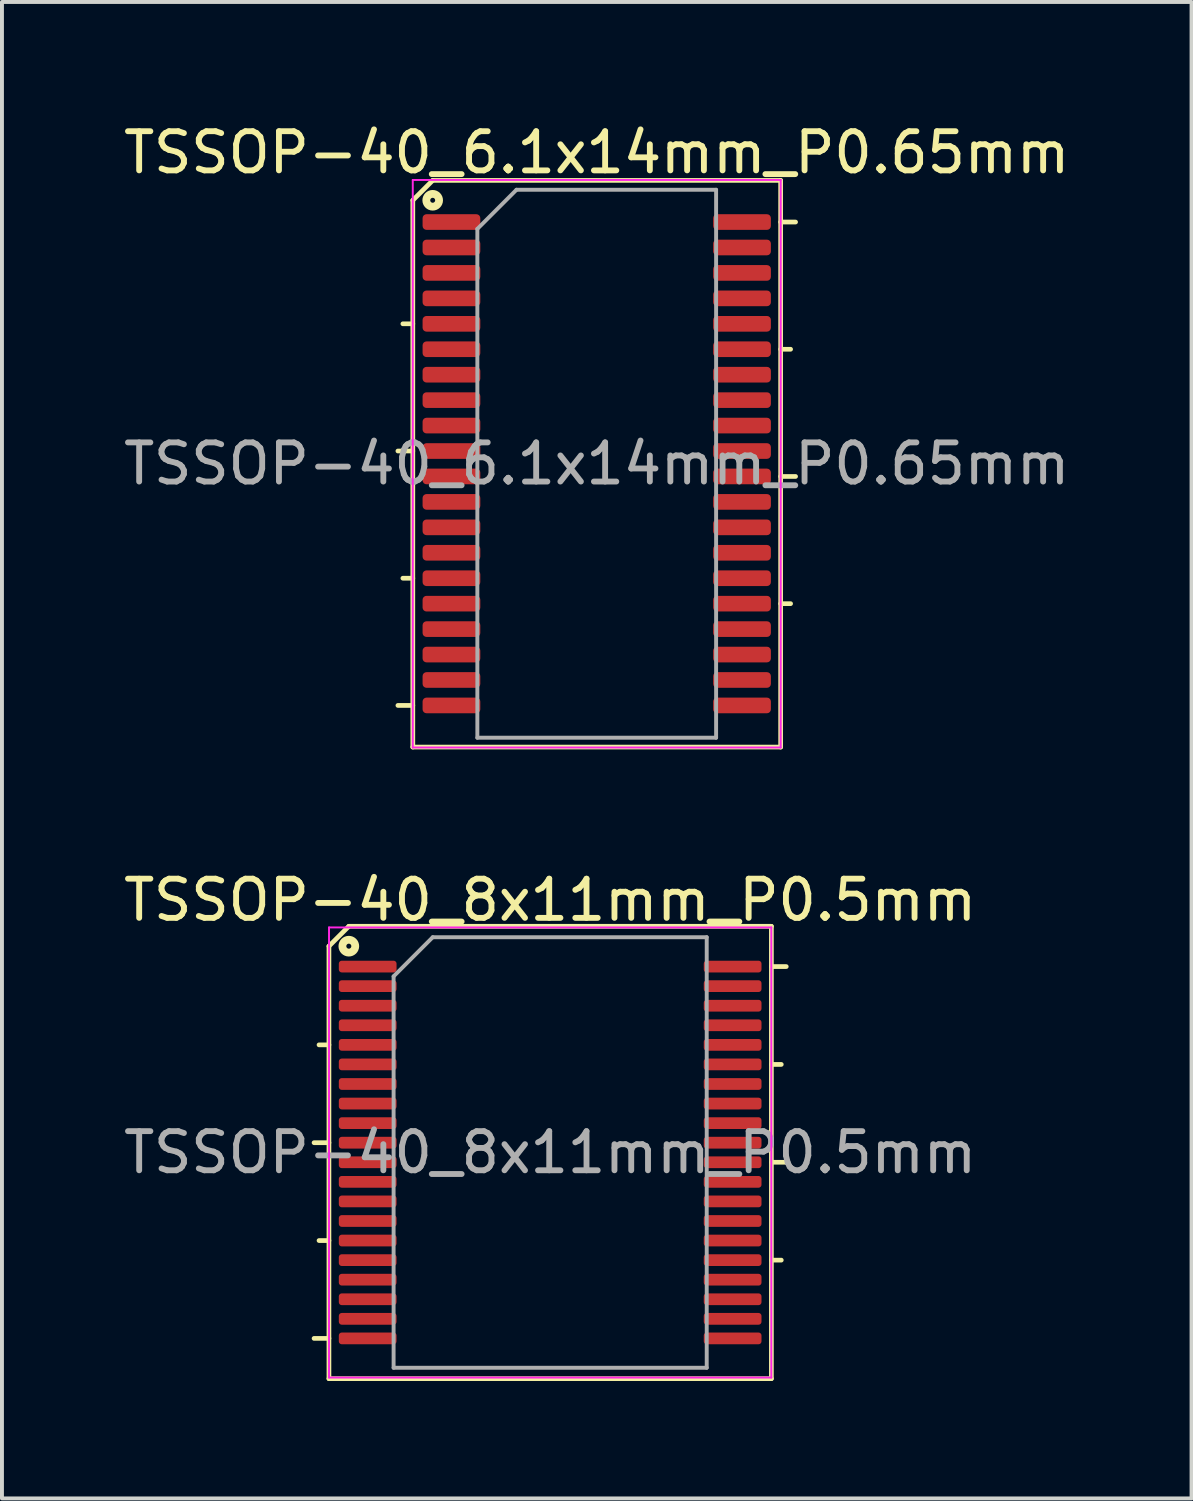
<source format=kicad_pcb>
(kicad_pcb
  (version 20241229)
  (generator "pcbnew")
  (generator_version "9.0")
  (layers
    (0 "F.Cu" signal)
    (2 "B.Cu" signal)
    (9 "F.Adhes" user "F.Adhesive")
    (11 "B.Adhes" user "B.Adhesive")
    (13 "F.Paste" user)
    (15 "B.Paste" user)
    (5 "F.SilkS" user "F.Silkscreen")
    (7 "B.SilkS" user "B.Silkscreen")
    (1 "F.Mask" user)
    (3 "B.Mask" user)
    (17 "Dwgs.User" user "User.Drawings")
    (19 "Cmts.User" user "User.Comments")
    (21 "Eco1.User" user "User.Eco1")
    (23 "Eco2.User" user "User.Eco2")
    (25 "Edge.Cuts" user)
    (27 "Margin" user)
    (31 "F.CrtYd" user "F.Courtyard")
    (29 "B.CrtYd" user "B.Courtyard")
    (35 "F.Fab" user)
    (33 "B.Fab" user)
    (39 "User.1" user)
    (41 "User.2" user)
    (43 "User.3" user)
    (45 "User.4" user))
  (footprint "TSSOP-40_6.1x14mm_P0.65mm"
    (layer "F.Cu")
    (at 12.196 8.798)
    (property "Reference" "TSSOP-40_6.1x14mm_P0.65mm" (at 0 -7.95 0) (layer "F.SilkS") (effects (font (size 1 1) (thickness 0.15))))
    (attr smd)
    (fp_line (start -4.699 -6.731) (end -4.699 7.239) (stroke (width 0.12) (type solid)) (layer "F.SilkS"))
    (fp_line (start -4.699 -6.731) (end -4.191 -7.239) (stroke (width 0.12) (type solid)) (layer "F.SilkS"))
    (fp_line (start -4.699 -3.575) (end -4.953 -3.575) (stroke (width 0.12) (type solid)) (layer "F.SilkS"))
    (fp_line (start -4.699 -0.325) (end -5.08 -0.325) (stroke (width 0.12) (type solid)) (layer "F.SilkS"))
    (fp_line (start -4.699 2.925) (end -4.953 2.925) (stroke (width 0.12) (type solid)) (layer "F.SilkS"))
    (fp_line (start -4.699 6.175) (end -5.08 6.175) (stroke (width 0.12) (type solid)) (layer "F.SilkS"))
    (fp_line (start -4.699 7.239) (end 4.699 7.239) (stroke (width 0.12) (type solid)) (layer "F.SilkS"))
    (fp_line (start 4.699 -7.239) (end -4.191 -7.239) (stroke (width 0.12) (type solid)) (layer "F.SilkS"))
    (fp_line (start 4.699 -6.175) (end 5.08 -6.175) (stroke (width 0.12) (type solid)) (layer "F.SilkS"))
    (fp_line (start 4.699 -2.925) (end 4.953 -2.925) (stroke (width 0.12) (type solid)) (layer "F.SilkS"))
    (fp_line (start 4.699 0.325) (end 5.08 0.325) (stroke (width 0.12) (type solid)) (layer "F.SilkS"))
    (fp_line (start 4.699 3.575) (end 4.953 3.575) (stroke (width 0.12) (type solid)) (layer "F.SilkS"))
    (fp_line (start 4.699 7.239) (end 4.699 -7.239) (stroke (width 0.12) (type solid)) (layer "F.SilkS"))
    (fp_circle (center -4.191 -6.731) (end -4.128 -6.731) (stroke (width 0.2) (type solid)) (fill no) (layer "F.SilkS"))
    (fp_line (start -4.7 -7.25) (end -4.7 7.25) (stroke (width 0.05) (type solid)) (layer "F.CrtYd"))
    (fp_line (start -4.7 7.25) (end 4.7 7.25) (stroke (width 0.05) (type solid)) (layer "F.CrtYd"))
    (fp_line (start 4.7 -7.25) (end -4.7 -7.25) (stroke (width 0.05) (type solid)) (layer "F.CrtYd"))
    (fp_line (start 4.7 7.25) (end 4.7 -7.25) (stroke (width 0.05) (type solid)) (layer "F.CrtYd"))
    (fp_line (start -3.05 -6) (end -2.05 -7) (stroke (width 0.1) (type solid)) (layer "F.Fab"))
    (fp_line (start -3.05 7) (end -3.05 -6) (stroke (width 0.1) (type solid)) (layer "F.Fab"))
    (fp_line (start -2.05 -7) (end 3.05 -7) (stroke (width 0.1) (type solid)) (layer "F.Fab"))
    (fp_line (start 3.05 -7) (end 3.05 7) (stroke (width 0.1) (type solid)) (layer "F.Fab"))
    (fp_line (start 3.05 7) (end -3.05 7) (stroke (width 0.1) (type solid)) (layer "F.Fab"))
    (fp_text user "${REFERENCE}" (at 0 0 0) (layer "F.Fab") (effects (font (size 1 1) (thickness 0.15))))
    (pad "1" smd roundrect (at -3.712 -6.175) (size 1.475 0.4) (layers "F.Cu" "F.Mask" "F.Paste") (roundrect_rratio 0.25))
    (pad "2" smd roundrect (at -3.712 -5.525) (size 1.475 0.4) (layers "F.Cu" "F.Mask" "F.Paste") (roundrect_rratio 0.25))
    (pad "3" smd roundrect (at -3.712 -4.875) (size 1.475 0.4) (layers "F.Cu" "F.Mask" "F.Paste") (roundrect_rratio 0.25))
    (pad "4" smd roundrect (at -3.712 -4.225) (size 1.475 0.4) (layers "F.Cu" "F.Mask" "F.Paste") (roundrect_rratio 0.25))
    (pad "5" smd roundrect (at -3.712 -3.575) (size 1.475 0.4) (layers "F.Cu" "F.Mask" "F.Paste") (roundrect_rratio 0.25))
    (pad "6" smd roundrect (at -3.712 -2.925) (size 1.475 0.4) (layers "F.Cu" "F.Mask" "F.Paste") (roundrect_rratio 0.25))
    (pad "7" smd roundrect (at -3.712 -2.275) (size 1.475 0.4) (layers "F.Cu" "F.Mask" "F.Paste") (roundrect_rratio 0.25))
    (pad "8" smd roundrect (at -3.712 -1.625) (size 1.475 0.4) (layers "F.Cu" "F.Mask" "F.Paste") (roundrect_rratio 0.25))
    (pad "9" smd roundrect (at -3.712 -0.975) (size 1.475 0.4) (layers "F.Cu" "F.Mask" "F.Paste") (roundrect_rratio 0.25))
    (pad "10" smd roundrect (at -3.712 -0.325) (size 1.475 0.4) (layers "F.Cu" "F.Mask" "F.Paste") (roundrect_rratio 0.25))
    (pad "11" smd roundrect (at -3.712 0.325) (size 1.475 0.4) (layers "F.Cu" "F.Mask" "F.Paste") (roundrect_rratio 0.25))
    (pad "12" smd roundrect (at -3.712 0.975) (size 1.475 0.4) (layers "F.Cu" "F.Mask" "F.Paste") (roundrect_rratio 0.25))
    (pad "13" smd roundrect (at -3.712 1.625) (size 1.475 0.4) (layers "F.Cu" "F.Mask" "F.Paste") (roundrect_rratio 0.25))
    (pad "14" smd roundrect (at -3.712 2.275) (size 1.475 0.4) (layers "F.Cu" "F.Mask" "F.Paste") (roundrect_rratio 0.25))
    (pad "15" smd roundrect (at -3.712 2.925) (size 1.475 0.4) (layers "F.Cu" "F.Mask" "F.Paste") (roundrect_rratio 0.25))
    (pad "16" smd roundrect (at -3.712 3.575) (size 1.475 0.4) (layers "F.Cu" "F.Mask" "F.Paste") (roundrect_rratio 0.25))
    (pad "17" smd roundrect (at -3.712 4.225) (size 1.475 0.4) (layers "F.Cu" "F.Mask" "F.Paste") (roundrect_rratio 0.25))
    (pad "18" smd roundrect (at -3.712 4.875) (size 1.475 0.4) (layers "F.Cu" "F.Mask" "F.Paste") (roundrect_rratio 0.25))
    (pad "19" smd roundrect (at -3.712 5.525) (size 1.475 0.4) (layers "F.Cu" "F.Mask" "F.Paste") (roundrect_rratio 0.25))
    (pad "20" smd roundrect (at -3.712 6.175) (size 1.475 0.4) (layers "F.Cu" "F.Mask" "F.Paste") (roundrect_rratio 0.25))
    (pad "21" smd roundrect (at 3.712 6.175) (size 1.475 0.4) (layers "F.Cu" "F.Mask" "F.Paste") (roundrect_rratio 0.25))
    (pad "22" smd roundrect (at 3.712 5.525) (size 1.475 0.4) (layers "F.Cu" "F.Mask" "F.Paste") (roundrect_rratio 0.25))
    (pad "23" smd roundrect (at 3.712 4.875) (size 1.475 0.4) (layers "F.Cu" "F.Mask" "F.Paste") (roundrect_rratio 0.25))
    (pad "24" smd roundrect (at 3.712 4.225) (size 1.475 0.4) (layers "F.Cu" "F.Mask" "F.Paste") (roundrect_rratio 0.25))
    (pad "25" smd roundrect (at 3.712 3.575) (size 1.475 0.4) (layers "F.Cu" "F.Mask" "F.Paste") (roundrect_rratio 0.25))
    (pad "26" smd roundrect (at 3.712 2.925) (size 1.475 0.4) (layers "F.Cu" "F.Mask" "F.Paste") (roundrect_rratio 0.25))
    (pad "27" smd roundrect (at 3.712 2.275) (size 1.475 0.4) (layers "F.Cu" "F.Mask" "F.Paste") (roundrect_rratio 0.25))
    (pad "28" smd roundrect (at 3.712 1.625) (size 1.475 0.4) (layers "F.Cu" "F.Mask" "F.Paste") (roundrect_rratio 0.25))
    (pad "29" smd roundrect (at 3.712 0.975) (size 1.475 0.4) (layers "F.Cu" "F.Mask" "F.Paste") (roundrect_rratio 0.25))
    (pad "30" smd roundrect (at 3.712 0.325) (size 1.475 0.4) (layers "F.Cu" "F.Mask" "F.Paste") (roundrect_rratio 0.25))
    (pad "31" smd roundrect (at 3.712 -0.325) (size 1.475 0.4) (layers "F.Cu" "F.Mask" "F.Paste") (roundrect_rratio 0.25))
    (pad "32" smd roundrect (at 3.712 -0.975) (size 1.475 0.4) (layers "F.Cu" "F.Mask" "F.Paste") (roundrect_rratio 0.25))
    (pad "33" smd roundrect (at 3.712 -1.625) (size 1.475 0.4) (layers "F.Cu" "F.Mask" "F.Paste") (roundrect_rratio 0.25))
    (pad "34" smd roundrect (at 3.712 -2.275) (size 1.475 0.4) (layers "F.Cu" "F.Mask" "F.Paste") (roundrect_rratio 0.25))
    (pad "35" smd roundrect (at 3.712 -2.925) (size 1.475 0.4) (layers "F.Cu" "F.Mask" "F.Paste") (roundrect_rratio 0.25))
    (pad "36" smd roundrect (at 3.712 -3.575) (size 1.475 0.4) (layers "F.Cu" "F.Mask" "F.Paste") (roundrect_rratio 0.25))
    (pad "37" smd roundrect (at 3.712 -4.225) (size 1.475 0.4) (layers "F.Cu" "F.Mask" "F.Paste") (roundrect_rratio 0.25))
    (pad "38" smd roundrect (at 3.712 -4.875) (size 1.475 0.4) (layers "F.Cu" "F.Mask" "F.Paste") (roundrect_rratio 0.25))
    (pad "39" smd roundrect (at 3.712 -5.525) (size 1.475 0.4) (layers "F.Cu" "F.Mask" "F.Paste") (roundrect_rratio 0.25))
    (pad "40" smd roundrect (at 3.712 -6.175) (size 1.475 0.4) (layers "F.Cu" "F.Mask" "F.Paste") (roundrect_rratio 0.25)))
  (footprint "TSSOP-40_8x11mm_P0.5mm"
    (layer "F.Cu")
    (at 11.006 26.395)
    (property "Reference" "TSSOP-40_8x11mm_P0.5mm" (at 0 -6.45 0) (layer "F.SilkS") (effects (font (size 1 1) (thickness 0.15))))
    (attr smd)
    (fp_line (start -6.032 -0.25) (end -5.652 -0.25) (stroke (width 0.12) (type solid)) (layer "F.SilkS"))
    (fp_line (start -6.032 4.75) (end -5.652 4.75) (stroke (width 0.12) (type solid)) (layer "F.SilkS"))
    (fp_line (start -5.905 2.25) (end -5.652 2.25) (stroke (width 0.12) (type solid)) (layer "F.SilkS"))
    (fp_line (start -5.652 -5.271) (end -5.652 5.779) (stroke (width 0.12) (type solid)) (layer "F.SilkS"))
    (fp_line (start -5.652 -5.271) (end -5.144 -5.779) (stroke (width 0.12) (type solid)) (layer "F.SilkS"))
    (fp_line (start -5.652 -2.75) (end -5.905 -2.75) (stroke (width 0.12) (type solid)) (layer "F.SilkS"))
    (fp_line (start -5.652 5.779) (end 5.652 5.779) (stroke (width 0.12) (type solid)) (layer "F.SilkS"))
    (fp_line (start 5.652 -5.779) (end -5.144 -5.779) (stroke (width 0.12) (type solid)) (layer "F.SilkS"))
    (fp_line (start 5.652 -4.75) (end 6.032 -4.75) (stroke (width 0.12) (type solid)) (layer "F.SilkS"))
    (fp_line (start 5.652 -2.25) (end 5.905 -2.25) (stroke (width 0.12) (type solid)) (layer "F.SilkS"))
    (fp_line (start 5.652 0.25) (end 6.032 0.25) (stroke (width 0.12) (type solid)) (layer "F.SilkS"))
    (fp_line (start 5.652 2.75) (end 5.905 2.75) (stroke (width 0.12) (type solid)) (layer "F.SilkS"))
    (fp_line (start 5.652 5.779) (end 5.652 -5.779) (stroke (width 0.12) (type solid)) (layer "F.SilkS"))
    (fp_circle (center -5.144 -5.271) (end -5.08 -5.271) (stroke (width 0.2) (type solid)) (fill no) (layer "F.SilkS"))
    (fp_line (start -5.65 -5.75) (end -5.65 5.75) (stroke (width 0.05) (type solid)) (layer "F.CrtYd"))
    (fp_line (start -5.65 5.75) (end 5.65 5.75) (stroke (width 0.05) (type solid)) (layer "F.CrtYd"))
    (fp_line (start 5.65 -5.75) (end -5.65 -5.75) (stroke (width 0.05) (type solid)) (layer "F.CrtYd"))
    (fp_line (start 5.65 5.75) (end 5.65 -5.75) (stroke (width 0.05) (type solid)) (layer "F.CrtYd"))
    (fp_line (start -4 -4.5) (end -3 -5.5) (stroke (width 0.1) (type solid)) (layer "F.Fab"))
    (fp_line (start -4 5.5) (end -4 -4.5) (stroke (width 0.1) (type solid)) (layer "F.Fab"))
    (fp_line (start -3 -5.5) (end 4 -5.5) (stroke (width 0.1) (type solid)) (layer "F.Fab"))
    (fp_line (start 4 -5.5) (end 4 5.5) (stroke (width 0.1) (type solid)) (layer "F.Fab"))
    (fp_line (start 4 5.5) (end -4 5.5) (stroke (width 0.1) (type solid)) (layer "F.Fab"))
    (fp_text user "${REFERENCE}" (at 0 0 0) (layer "F.Fab") (effects (font (size 1 1) (thickness 0.15))))
    (pad "1" smd roundrect (at -4.662 -4.75) (size 1.475 0.3) (layers "F.Cu" "F.Mask" "F.Paste") (roundrect_rratio 0.25))
    (pad "2" smd roundrect (at -4.662 -4.25) (size 1.475 0.3) (layers "F.Cu" "F.Mask" "F.Paste") (roundrect_rratio 0.25))
    (pad "3" smd roundrect (at -4.662 -3.75) (size 1.475 0.3) (layers "F.Cu" "F.Mask" "F.Paste") (roundrect_rratio 0.25))
    (pad "4" smd roundrect (at -4.662 -3.25) (size 1.475 0.3) (layers "F.Cu" "F.Mask" "F.Paste") (roundrect_rratio 0.25))
    (pad "5" smd roundrect (at -4.662 -2.75) (size 1.475 0.3) (layers "F.Cu" "F.Mask" "F.Paste") (roundrect_rratio 0.25))
    (pad "6" smd roundrect (at -4.662 -2.25) (size 1.475 0.3) (layers "F.Cu" "F.Mask" "F.Paste") (roundrect_rratio 0.25))
    (pad "7" smd roundrect (at -4.662 -1.75) (size 1.475 0.3) (layers "F.Cu" "F.Mask" "F.Paste") (roundrect_rratio 0.25))
    (pad "8" smd roundrect (at -4.662 -1.25) (size 1.475 0.3) (layers "F.Cu" "F.Mask" "F.Paste") (roundrect_rratio 0.25))
    (pad "9" smd roundrect (at -4.662 -0.75) (size 1.475 0.3) (layers "F.Cu" "F.Mask" "F.Paste") (roundrect_rratio 0.25))
    (pad "10" smd roundrect (at -4.662 -0.25) (size 1.475 0.3) (layers "F.Cu" "F.Mask" "F.Paste") (roundrect_rratio 0.25))
    (pad "11" smd roundrect (at -4.662 0.25) (size 1.475 0.3) (layers "F.Cu" "F.Mask" "F.Paste") (roundrect_rratio 0.25))
    (pad "12" smd roundrect (at -4.662 0.75) (size 1.475 0.3) (layers "F.Cu" "F.Mask" "F.Paste") (roundrect_rratio 0.25))
    (pad "13" smd roundrect (at -4.662 1.25) (size 1.475 0.3) (layers "F.Cu" "F.Mask" "F.Paste") (roundrect_rratio 0.25))
    (pad "14" smd roundrect (at -4.662 1.75) (size 1.475 0.3) (layers "F.Cu" "F.Mask" "F.Paste") (roundrect_rratio 0.25))
    (pad "15" smd roundrect (at -4.662 2.25) (size 1.475 0.3) (layers "F.Cu" "F.Mask" "F.Paste") (roundrect_rratio 0.25))
    (pad "16" smd roundrect (at -4.662 2.75) (size 1.475 0.3) (layers "F.Cu" "F.Mask" "F.Paste") (roundrect_rratio 0.25))
    (pad "17" smd roundrect (at -4.662 3.25) (size 1.475 0.3) (layers "F.Cu" "F.Mask" "F.Paste") (roundrect_rratio 0.25))
    (pad "18" smd roundrect (at -4.662 3.75) (size 1.475 0.3) (layers "F.Cu" "F.Mask" "F.Paste") (roundrect_rratio 0.25))
    (pad "19" smd roundrect (at -4.662 4.25) (size 1.475 0.3) (layers "F.Cu" "F.Mask" "F.Paste") (roundrect_rratio 0.25))
    (pad "20" smd roundrect (at -4.662 4.75) (size 1.475 0.3) (layers "F.Cu" "F.Mask" "F.Paste") (roundrect_rratio 0.25))
    (pad "21" smd roundrect (at 4.662 4.75) (size 1.475 0.3) (layers "F.Cu" "F.Mask" "F.Paste") (roundrect_rratio 0.25))
    (pad "22" smd roundrect (at 4.662 4.25) (size 1.475 0.3) (layers "F.Cu" "F.Mask" "F.Paste") (roundrect_rratio 0.25))
    (pad "23" smd roundrect (at 4.662 3.75) (size 1.475 0.3) (layers "F.Cu" "F.Mask" "F.Paste") (roundrect_rratio 0.25))
    (pad "24" smd roundrect (at 4.662 3.25) (size 1.475 0.3) (layers "F.Cu" "F.Mask" "F.Paste") (roundrect_rratio 0.25))
    (pad "25" smd roundrect (at 4.662 2.75) (size 1.475 0.3) (layers "F.Cu" "F.Mask" "F.Paste") (roundrect_rratio 0.25))
    (pad "26" smd roundrect (at 4.662 2.25) (size 1.475 0.3) (layers "F.Cu" "F.Mask" "F.Paste") (roundrect_rratio 0.25))
    (pad "27" smd roundrect (at 4.662 1.75) (size 1.475 0.3) (layers "F.Cu" "F.Mask" "F.Paste") (roundrect_rratio 0.25))
    (pad "28" smd roundrect (at 4.662 1.25) (size 1.475 0.3) (layers "F.Cu" "F.Mask" "F.Paste") (roundrect_rratio 0.25))
    (pad "29" smd roundrect (at 4.662 0.75) (size 1.475 0.3) (layers "F.Cu" "F.Mask" "F.Paste") (roundrect_rratio 0.25))
    (pad "30" smd roundrect (at 4.662 0.25) (size 1.475 0.3) (layers "F.Cu" "F.Mask" "F.Paste") (roundrect_rratio 0.25))
    (pad "31" smd roundrect (at 4.662 -0.25) (size 1.475 0.3) (layers "F.Cu" "F.Mask" "F.Paste") (roundrect_rratio 0.25))
    (pad "32" smd roundrect (at 4.662 -0.75) (size 1.475 0.3) (layers "F.Cu" "F.Mask" "F.Paste") (roundrect_rratio 0.25))
    (pad "33" smd roundrect (at 4.662 -1.25) (size 1.475 0.3) (layers "F.Cu" "F.Mask" "F.Paste") (roundrect_rratio 0.25))
    (pad "34" smd roundrect (at 4.662 -1.75) (size 1.475 0.3) (layers "F.Cu" "F.Mask" "F.Paste") (roundrect_rratio 0.25))
    (pad "35" smd roundrect (at 4.662 -2.25) (size 1.475 0.3) (layers "F.Cu" "F.Mask" "F.Paste") (roundrect_rratio 0.25))
    (pad "36" smd roundrect (at 4.662 -2.75) (size 1.475 0.3) (layers "F.Cu" "F.Mask" "F.Paste") (roundrect_rratio 0.25))
    (pad "37" smd roundrect (at 4.662 -3.25) (size 1.475 0.3) (layers "F.Cu" "F.Mask" "F.Paste") (roundrect_rratio 0.25))
    (pad "38" smd roundrect (at 4.662 -3.75) (size 1.475 0.3) (layers "F.Cu" "F.Mask" "F.Paste") (roundrect_rratio 0.25))
    (pad "39" smd roundrect (at 4.662 -4.25) (size 1.475 0.3) (layers "F.Cu" "F.Mask" "F.Paste") (roundrect_rratio 0.25))
    (pad "40" smd roundrect (at 4.662 -4.75) (size 1.475 0.3) (layers "F.Cu" "F.Mask" "F.Paste") (roundrect_rratio 0.25)))
  (gr_rect
    (start -3 -3)
    (end 27.393 35.234)
    (stroke (width 0.1) (type default))
    (fill no)
    (layer "Edge.Cuts")))
</source>
